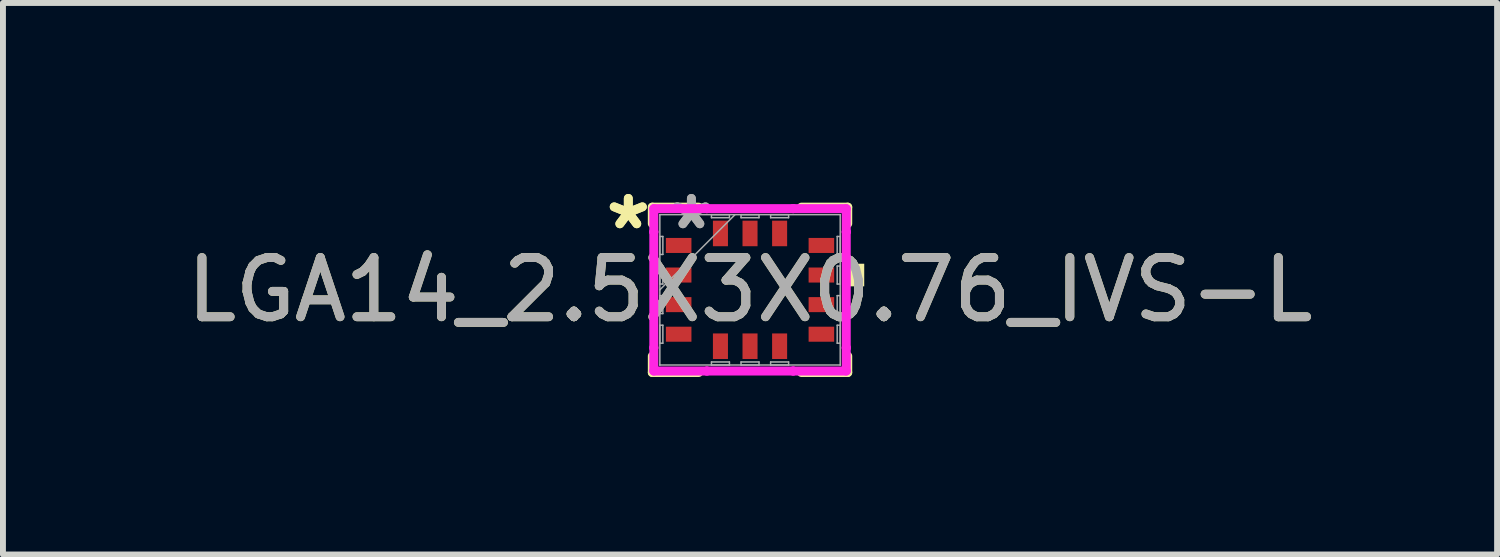
<source format=kicad_pcb>
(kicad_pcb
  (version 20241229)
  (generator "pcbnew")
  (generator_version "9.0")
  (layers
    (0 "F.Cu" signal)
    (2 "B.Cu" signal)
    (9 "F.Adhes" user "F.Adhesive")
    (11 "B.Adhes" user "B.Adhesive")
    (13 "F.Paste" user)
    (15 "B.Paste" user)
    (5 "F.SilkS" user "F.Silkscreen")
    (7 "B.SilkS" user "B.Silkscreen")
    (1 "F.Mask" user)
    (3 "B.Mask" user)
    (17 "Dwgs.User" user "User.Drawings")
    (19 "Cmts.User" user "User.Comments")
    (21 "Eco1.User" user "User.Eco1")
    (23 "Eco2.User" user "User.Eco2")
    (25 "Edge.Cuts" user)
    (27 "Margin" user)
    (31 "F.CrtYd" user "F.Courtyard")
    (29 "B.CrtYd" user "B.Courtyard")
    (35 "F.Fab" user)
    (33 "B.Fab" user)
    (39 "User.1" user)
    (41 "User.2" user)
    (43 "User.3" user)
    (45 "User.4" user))
  (footprint "LGA14_2.5X3X0.76_IVS-L"
    (layer "F.Cu")
    (at 9.625 1.848)
    (property "Reference" "LGA14_2.5X3X0.76_IVS-L" (at 0 0 0) (unlocked yes) (layer "F.SilkS") (effects (font (size 1 1) (thickness 0.15))))
    (attr smd)
    (fp_line (start -1.651 -1.397) (end -1.651 -1.119) (stroke (width 0.152) (type solid)) (layer "F.SilkS"))
    (fp_line (start -1.651 1.119) (end -1.651 1.397) (stroke (width 0.152) (type solid)) (layer "F.SilkS"))
    (fp_line (start -1.651 1.397) (end -0.869 1.397) (stroke (width 0.152) (type solid)) (layer "F.SilkS"))
    (fp_line (start -0.869 -1.397) (end -1.651 -1.397) (stroke (width 0.152) (type solid)) (layer "F.SilkS"))
    (fp_line (start 0.869 1.397) (end 1.651 1.397) (stroke (width 0.152) (type solid)) (layer "F.SilkS"))
    (fp_line (start 1.651 -1.397) (end 0.869 -1.397) (stroke (width 0.152) (type solid)) (layer "F.SilkS"))
    (fp_line (start 1.651 -1.119) (end 1.651 -1.397) (stroke (width 0.152) (type solid)) (layer "F.SilkS"))
    (fp_line (start 1.651 1.397) (end 1.651 1.119) (stroke (width 0.152) (type solid)) (layer "F.SilkS"))
    (fp_poly (pts (xy 1.93 -0.441) (xy 1.93 -0.059) (xy 1.676 -0.059) (xy 1.676 -0.441)) (stroke (width 0) (type solid)) (fill yes) (layer "F.SilkS"))
    (fp_line (start -1.626 -1.372) (end -0.729 -1.372) (stroke (width 0.152) (type solid)) (layer "F.CrtYd"))
    (fp_line (start -1.626 -0.979) (end -1.626 -1.372) (stroke (width 0.152) (type solid)) (layer "F.CrtYd"))
    (fp_line (start -1.626 -0.979) (end -1.626 -0.979) (stroke (width 0.152) (type solid)) (layer "F.CrtYd"))
    (fp_line (start -1.626 0.979) (end -1.626 -0.979) (stroke (width 0.152) (type solid)) (layer "F.CrtYd"))
    (fp_line (start -1.626 0.979) (end -1.626 0.979) (stroke (width 0.152) (type solid)) (layer "F.CrtYd"))
    (fp_line (start -1.626 1.372) (end -1.626 0.979) (stroke (width 0.152) (type solid)) (layer "F.CrtYd"))
    (fp_line (start -0.729 -1.372) (end -0.729 -1.372) (stroke (width 0.152) (type solid)) (layer "F.CrtYd"))
    (fp_line (start -0.729 -1.372) (end 0.729 -1.372) (stroke (width 0.152) (type solid)) (layer "F.CrtYd"))
    (fp_line (start -0.729 1.372) (end -1.626 1.372) (stroke (width 0.152) (type solid)) (layer "F.CrtYd"))
    (fp_line (start -0.729 1.372) (end -0.729 1.372) (stroke (width 0.152) (type solid)) (layer "F.CrtYd"))
    (fp_line (start 0.729 -1.372) (end 0.729 -1.372) (stroke (width 0.152) (type solid)) (layer "F.CrtYd"))
    (fp_line (start 0.729 -1.372) (end 1.626 -1.372) (stroke (width 0.152) (type solid)) (layer "F.CrtYd"))
    (fp_line (start 0.729 1.372) (end -0.729 1.372) (stroke (width 0.152) (type solid)) (layer "F.CrtYd"))
    (fp_line (start 0.729 1.372) (end 0.729 1.372) (stroke (width 0.152) (type solid)) (layer "F.CrtYd"))
    (fp_line (start 1.626 -1.372) (end 1.626 -0.979) (stroke (width 0.152) (type solid)) (layer "F.CrtYd"))
    (fp_line (start 1.626 -0.979) (end 1.626 -0.979) (stroke (width 0.152) (type solid)) (layer "F.CrtYd"))
    (fp_line (start 1.626 -0.979) (end 1.626 0.979) (stroke (width 0.152) (type solid)) (layer "F.CrtYd"))
    (fp_line (start 1.626 0.979) (end 1.626 0.979) (stroke (width 0.152) (type solid)) (layer "F.CrtYd"))
    (fp_line (start 1.626 0.979) (end 1.626 1.372) (stroke (width 0.152) (type solid)) (layer "F.CrtYd"))
    (fp_line (start 1.626 1.372) (end 0.729 1.372) (stroke (width 0.152) (type solid)) (layer "F.CrtYd"))
    (fp_line (start -1.524 -1.27) (end -1.524 -1.27) (stroke (width 0.025) (type solid)) (layer "F.Fab"))
    (fp_line (start -1.524 -1.27) (end -1.524 1.27) (stroke (width 0.025) (type solid)) (layer "F.Fab"))
    (fp_line (start -1.524 -0.902) (end -1.473 -0.902) (stroke (width 0.025) (type solid)) (layer "F.Fab"))
    (fp_line (start -1.524 -0.598) (end -1.524 -0.902) (stroke (width 0.025) (type solid)) (layer "F.Fab"))
    (fp_line (start -1.524 -0.402) (end -1.473 -0.402) (stroke (width 0.025) (type solid)) (layer "F.Fab"))
    (fp_line (start -1.524 -0.098) (end -1.524 -0.402) (stroke (width 0.025) (type solid)) (layer "F.Fab"))
    (fp_line (start -1.524 0) (end -0.254 -1.27) (stroke (width 0.025) (type solid)) (layer "F.Fab"))
    (fp_line (start -1.524 0.098) (end -1.473 0.098) (stroke (width 0.025) (type solid)) (layer "F.Fab"))
    (fp_line (start -1.524 0.402) (end -1.524 0.098) (stroke (width 0.025) (type solid)) (layer "F.Fab"))
    (fp_line (start -1.524 0.598) (end -1.473 0.598) (stroke (width 0.025) (type solid)) (layer "F.Fab"))
    (fp_line (start -1.524 0.902) (end -1.524 0.598) (stroke (width 0.025) (type solid)) (layer "F.Fab"))
    (fp_line (start -1.524 1.27) (end -1.524 1.27) (stroke (width 0.025) (type solid)) (layer "F.Fab"))
    (fp_line (start -1.524 1.27) (end 1.524 1.27) (stroke (width 0.025) (type solid)) (layer "F.Fab"))
    (fp_line (start -1.473 -0.902) (end -1.473 -0.598) (stroke (width 0.025) (type solid)) (layer "F.Fab"))
    (fp_line (start -1.473 -0.598) (end -1.524 -0.598) (stroke (width 0.025) (type solid)) (layer "F.Fab"))
    (fp_line (start -1.473 -0.402) (end -1.473 -0.098) (stroke (width 0.025) (type solid)) (layer "F.Fab"))
    (fp_line (start -1.473 -0.098) (end -1.524 -0.098) (stroke (width 0.025) (type solid)) (layer "F.Fab"))
    (fp_line (start -1.473 0.098) (end -1.473 0.402) (stroke (width 0.025) (type solid)) (layer "F.Fab"))
    (fp_line (start -1.473 0.402) (end -1.524 0.402) (stroke (width 0.025) (type solid)) (layer "F.Fab"))
    (fp_line (start -1.473 0.598) (end -1.473 0.902) (stroke (width 0.025) (type solid)) (layer "F.Fab"))
    (fp_line (start -1.473 0.902) (end -1.524 0.902) (stroke (width 0.025) (type solid)) (layer "F.Fab"))
    (fp_line (start -0.652 -1.27) (end -0.348 -1.27) (stroke (width 0.025) (type solid)) (layer "F.Fab"))
    (fp_line (start -0.652 -1.219) (end -0.652 -1.27) (stroke (width 0.025) (type solid)) (layer "F.Fab"))
    (fp_line (start -0.652 1.219) (end -0.348 1.219) (stroke (width 0.025) (type solid)) (layer "F.Fab"))
    (fp_line (start -0.652 1.27) (end -0.652 1.219) (stroke (width 0.025) (type solid)) (layer "F.Fab"))
    (fp_line (start -0.348 -1.27) (end -0.348 -1.219) (stroke (width 0.025) (type solid)) (layer "F.Fab"))
    (fp_line (start -0.348 -1.219) (end -0.652 -1.219) (stroke (width 0.025) (type solid)) (layer "F.Fab"))
    (fp_line (start -0.348 1.219) (end -0.348 1.27) (stroke (width 0.025) (type solid)) (layer "F.Fab"))
    (fp_line (start -0.348 1.27) (end -0.652 1.27) (stroke (width 0.025) (type solid)) (layer "F.Fab"))
    (fp_line (start -0.152 -1.27) (end 0.152 -1.27) (stroke (width 0.025) (type solid)) (layer "F.Fab"))
    (fp_line (start -0.152 -1.219) (end -0.152 -1.27) (stroke (width 0.025) (type solid)) (layer "F.Fab"))
    (fp_line (start -0.152 1.219) (end 0.152 1.219) (stroke (width 0.025) (type solid)) (layer "F.Fab"))
    (fp_line (start -0.152 1.27) (end -0.152 1.219) (stroke (width 0.025) (type solid)) (layer "F.Fab"))
    (fp_line (start 0.152 -1.27) (end 0.152 -1.219) (stroke (width 0.025) (type solid)) (layer "F.Fab"))
    (fp_line (start 0.152 -1.219) (end -0.152 -1.219) (stroke (width 0.025) (type solid)) (layer "F.Fab"))
    (fp_line (start 0.152 1.219) (end 0.152 1.27) (stroke (width 0.025) (type solid)) (layer "F.Fab"))
    (fp_line (start 0.152 1.27) (end -0.152 1.27) (stroke (width 0.025) (type solid)) (layer "F.Fab"))
    (fp_line (start 0.348 -1.27) (end 0.652 -1.27) (stroke (width 0.025) (type solid)) (layer "F.Fab"))
    (fp_line (start 0.348 -1.219) (end 0.348 -1.27) (stroke (width 0.025) (type solid)) (layer "F.Fab"))
    (fp_line (start 0.348 1.219) (end 0.652 1.219) (stroke (width 0.025) (type solid)) (layer "F.Fab"))
    (fp_line (start 0.348 1.27) (end 0.348 1.219) (stroke (width 0.025) (type solid)) (layer "F.Fab"))
    (fp_line (start 0.652 -1.27) (end 0.652 -1.219) (stroke (width 0.025) (type solid)) (layer "F.Fab"))
    (fp_line (start 0.652 -1.219) (end 0.348 -1.219) (stroke (width 0.025) (type solid)) (layer "F.Fab"))
    (fp_line (start 0.652 1.219) (end 0.652 1.27) (stroke (width 0.025) (type solid)) (layer "F.Fab"))
    (fp_line (start 0.652 1.27) (end 0.348 1.27) (stroke (width 0.025) (type solid)) (layer "F.Fab"))
    (fp_line (start 1.473 -0.902) (end 1.524 -0.902) (stroke (width 0.025) (type solid)) (layer "F.Fab"))
    (fp_line (start 1.473 -0.598) (end 1.473 -0.902) (stroke (width 0.025) (type solid)) (layer "F.Fab"))
    (fp_line (start 1.473 -0.402) (end 1.524 -0.402) (stroke (width 0.025) (type solid)) (layer "F.Fab"))
    (fp_line (start 1.473 -0.098) (end 1.473 -0.402) (stroke (width 0.025) (type solid)) (layer "F.Fab"))
    (fp_line (start 1.473 0.098) (end 1.524 0.098) (stroke (width 0.025) (type solid)) (layer "F.Fab"))
    (fp_line (start 1.473 0.402) (end 1.473 0.098) (stroke (width 0.025) (type solid)) (layer "F.Fab"))
    (fp_line (start 1.473 0.598) (end 1.524 0.598) (stroke (width 0.025) (type solid)) (layer "F.Fab"))
    (fp_line (start 1.473 0.902) (end 1.473 0.598) (stroke (width 0.025) (type solid)) (layer "F.Fab"))
    (fp_line (start 1.524 -1.27) (end -1.524 -1.27) (stroke (width 0.025) (type solid)) (layer "F.Fab"))
    (fp_line (start 1.524 -1.27) (end 1.524 -1.27) (stroke (width 0.025) (type solid)) (layer "F.Fab"))
    (fp_line (start 1.524 -0.902) (end 1.524 -0.598) (stroke (width 0.025) (type solid)) (layer "F.Fab"))
    (fp_line (start 1.524 -0.598) (end 1.473 -0.598) (stroke (width 0.025) (type solid)) (layer "F.Fab"))
    (fp_line (start 1.524 -0.402) (end 1.524 -0.098) (stroke (width 0.025) (type solid)) (layer "F.Fab"))
    (fp_line (start 1.524 -0.098) (end 1.473 -0.098) (stroke (width 0.025) (type solid)) (layer "F.Fab"))
    (fp_line (start 1.524 0.098) (end 1.524 0.402) (stroke (width 0.025) (type solid)) (layer "F.Fab"))
    (fp_line (start 1.524 0.402) (end 1.473 0.402) (stroke (width 0.025) (type solid)) (layer "F.Fab"))
    (fp_line (start 1.524 0.598) (end 1.524 0.902) (stroke (width 0.025) (type solid)) (layer "F.Fab"))
    (fp_line (start 1.524 0.902) (end 1.473 0.902) (stroke (width 0.025) (type solid)) (layer "F.Fab"))
    (fp_line (start 1.524 1.27) (end 1.524 -1.27) (stroke (width 0.025) (type solid)) (layer "F.Fab"))
    (fp_line (start 1.524 1.27) (end 1.524 1.27) (stroke (width 0.025) (type solid)) (layer "F.Fab"))
    (fp_text user "*" (at -2.057 -1 0) (layer "F.SilkS") (effects (font (size 1 1) (thickness 0.15))))
    (fp_text user "*" (at -2.057 -1 0) (unlocked yes) (layer "F.SilkS") (effects (font (size 1 1) (thickness 0.15))))
    (fp_text user "${REFERENCE}" (at 0 0 0) (unlocked yes) (layer "F.Fab") (effects (font (size 1 1) (thickness 0.15))))
    (fp_text user "*" (at -0.991 -1 0) (layer "F.Fab") (effects (font (size 1 1) (thickness 0.15))))
    (fp_text user "*" (at -0.991 -1 0) (unlocked yes) (layer "F.Fab") (effects (font (size 1 1) (thickness 0.15))))
    (pad "1" smd rect (at -1.206 -0.75 90) (size 0.254 0.432) (layers "F.Cu" "F.Mask" "F.Paste"))
    (pad "2" smd rect (at -1.206 -0.25 90) (size 0.254 0.432) (layers "F.Cu" "F.Mask" "F.Paste"))
    (pad "3" smd rect (at -1.206 0.25 90) (size 0.254 0.432) (layers "F.Cu" "F.Mask" "F.Paste"))
    (pad "4" smd rect (at -1.206 0.75 90) (size 0.254 0.432) (layers "F.Cu" "F.Mask" "F.Paste"))
    (pad "5" smd rect (at -0.5 0.953) (size 0.254 0.432) (layers "F.Cu" "F.Mask" "F.Paste"))
    (pad "6" smd rect (at 0 0.953) (size 0.254 0.432) (layers "F.Cu" "F.Mask" "F.Paste"))
    (pad "7" smd rect (at 0.5 0.953) (size 0.254 0.432) (layers "F.Cu" "F.Mask" "F.Paste"))
    (pad "8" smd rect (at 1.206 0.75 90) (size 0.254 0.432) (layers "F.Cu" "F.Mask" "F.Paste"))
    (pad "9" smd rect (at 1.206 0.25 90) (size 0.254 0.432) (layers "F.Cu" "F.Mask" "F.Paste"))
    (pad "10" smd rect (at 1.206 -0.25 90) (size 0.254 0.432) (layers "F.Cu" "F.Mask" "F.Paste"))
    (pad "11" smd rect (at 1.206 -0.75 90) (size 0.254 0.432) (layers "F.Cu" "F.Mask" "F.Paste"))
    (pad "12" smd rect (at 0.5 -0.953) (size 0.254 0.432) (layers "F.Cu" "F.Mask" "F.Paste"))
    (pad "13" smd rect (at 0 -0.953) (size 0.254 0.432) (layers "F.Cu" "F.Mask" "F.Paste"))
    (pad "14" smd rect (at -0.5 -0.953) (size 0.254 0.432) (layers "F.Cu" "F.Mask" "F.Paste")))
  (gr_rect
    (start -3 -3)
    (end 22.25 6.321)
    (stroke (width 0.1) (type default))
    (fill no)
    (layer "Edge.Cuts")))
</source>
